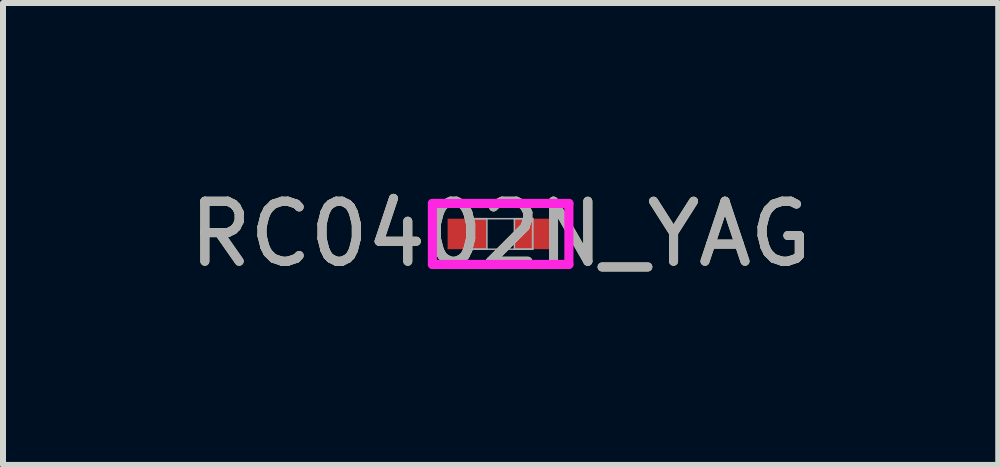
<source format=kicad_pcb>
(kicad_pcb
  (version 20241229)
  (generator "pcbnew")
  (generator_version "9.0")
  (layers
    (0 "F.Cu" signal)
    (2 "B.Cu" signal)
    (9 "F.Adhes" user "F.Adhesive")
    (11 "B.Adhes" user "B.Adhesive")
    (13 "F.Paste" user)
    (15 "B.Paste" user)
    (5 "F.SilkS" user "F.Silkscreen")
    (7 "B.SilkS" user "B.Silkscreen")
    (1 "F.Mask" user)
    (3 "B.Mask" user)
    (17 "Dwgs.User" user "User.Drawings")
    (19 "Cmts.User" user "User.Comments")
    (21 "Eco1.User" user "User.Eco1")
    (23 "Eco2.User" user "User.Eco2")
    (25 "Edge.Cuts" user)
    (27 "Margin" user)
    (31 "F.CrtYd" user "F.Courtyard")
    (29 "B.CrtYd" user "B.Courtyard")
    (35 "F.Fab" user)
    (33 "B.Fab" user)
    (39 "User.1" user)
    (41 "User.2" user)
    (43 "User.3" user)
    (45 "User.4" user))
  (footprint "RC0402N_YAG"
    (layer "F.Cu")
    (at 5.292 0.848)
    (property "Reference" "RC0402N_YAG" (at 0 0 0) (unlocked yes) (layer "F.SilkS") (effects (font (size 1 1) (thickness 0.15))))
    (attr smd)
    (fp_line (start -1.137 -0.508) (end 1.137 -0.508) (stroke (width 0.152) (type solid)) (layer "F.CrtYd"))
    (fp_line (start -1.137 0.508) (end -1.137 -0.508) (stroke (width 0.152) (type solid)) (layer "F.CrtYd"))
    (fp_line (start 1.137 -0.508) (end 1.137 0.508) (stroke (width 0.152) (type solid)) (layer "F.CrtYd"))
    (fp_line (start 1.137 0.508) (end -1.137 0.508) (stroke (width 0.152) (type solid)) (layer "F.CrtYd"))
    (fp_line (start -0.533 -0.254) (end -0.533 0.254) (stroke (width 0.025) (type solid)) (layer "F.Fab"))
    (fp_line (start -0.533 -0.254) (end -0.533 0.254) (stroke (width 0.025) (type solid)) (layer "F.Fab"))
    (fp_line (start -0.533 0.254) (end -0.229 0.254) (stroke (width 0.025) (type solid)) (layer "F.Fab"))
    (fp_line (start -0.533 0.254) (end 0.533 0.254) (stroke (width 0.025) (type solid)) (layer "F.Fab"))
    (fp_line (start -0.229 -0.254) (end -0.533 -0.254) (stroke (width 0.025) (type solid)) (layer "F.Fab"))
    (fp_line (start -0.229 0.254) (end -0.229 -0.254) (stroke (width 0.025) (type solid)) (layer "F.Fab"))
    (fp_line (start 0.229 -0.254) (end 0.229 0.254) (stroke (width 0.025) (type solid)) (layer "F.Fab"))
    (fp_line (start 0.229 0.254) (end 0.533 0.254) (stroke (width 0.025) (type solid)) (layer "F.Fab"))
    (fp_line (start 0.533 -0.254) (end -0.533 -0.254) (stroke (width 0.025) (type solid)) (layer "F.Fab"))
    (fp_line (start 0.533 -0.254) (end 0.229 -0.254) (stroke (width 0.025) (type solid)) (layer "F.Fab"))
    (fp_line (start 0.533 0.254) (end 0.533 -0.254) (stroke (width 0.025) (type solid)) (layer "F.Fab"))
    (fp_line (start 0.533 0.254) (end 0.533 -0.254) (stroke (width 0.025) (type solid)) (layer "F.Fab"))
    (fp_text user "${REFERENCE}" (at 0 0 0) (unlocked yes) (layer "F.Fab") (effects (font (size 1 1) (thickness 0.15))))
    (pad "1" smd rect (at -0.556 0) (size 0.655 0.508) (layers "F.Cu" "F.Mask" "F.Paste"))
    (pad "2" smd rect (at 0.556 0) (size 0.655 0.508) (layers "F.Cu" "F.Mask" "F.Paste"))
    (zone (net_name "") (layer "F.Cu") (hatch full 0.508) (connect_pads) (min_thickness 0.254) (filled_areas_thickness no) (keepout (tracks not_allowed) (vias not_allowed) (pads allowed) (copperpour not_allowed) (footprints allowed)) (placement (enabled no)) (fill) (polygon (pts (xy 5.114 0.645) (xy 5.469 0.645) (xy 5.469 1.051) (xy 5.114 1.051)))))
  (gr_rect
    (start -3 -3)
    (end 13.583 4.697)
    (stroke (width 0.1) (type default))
    (fill no)
    (layer "Edge.Cuts")))
</source>
